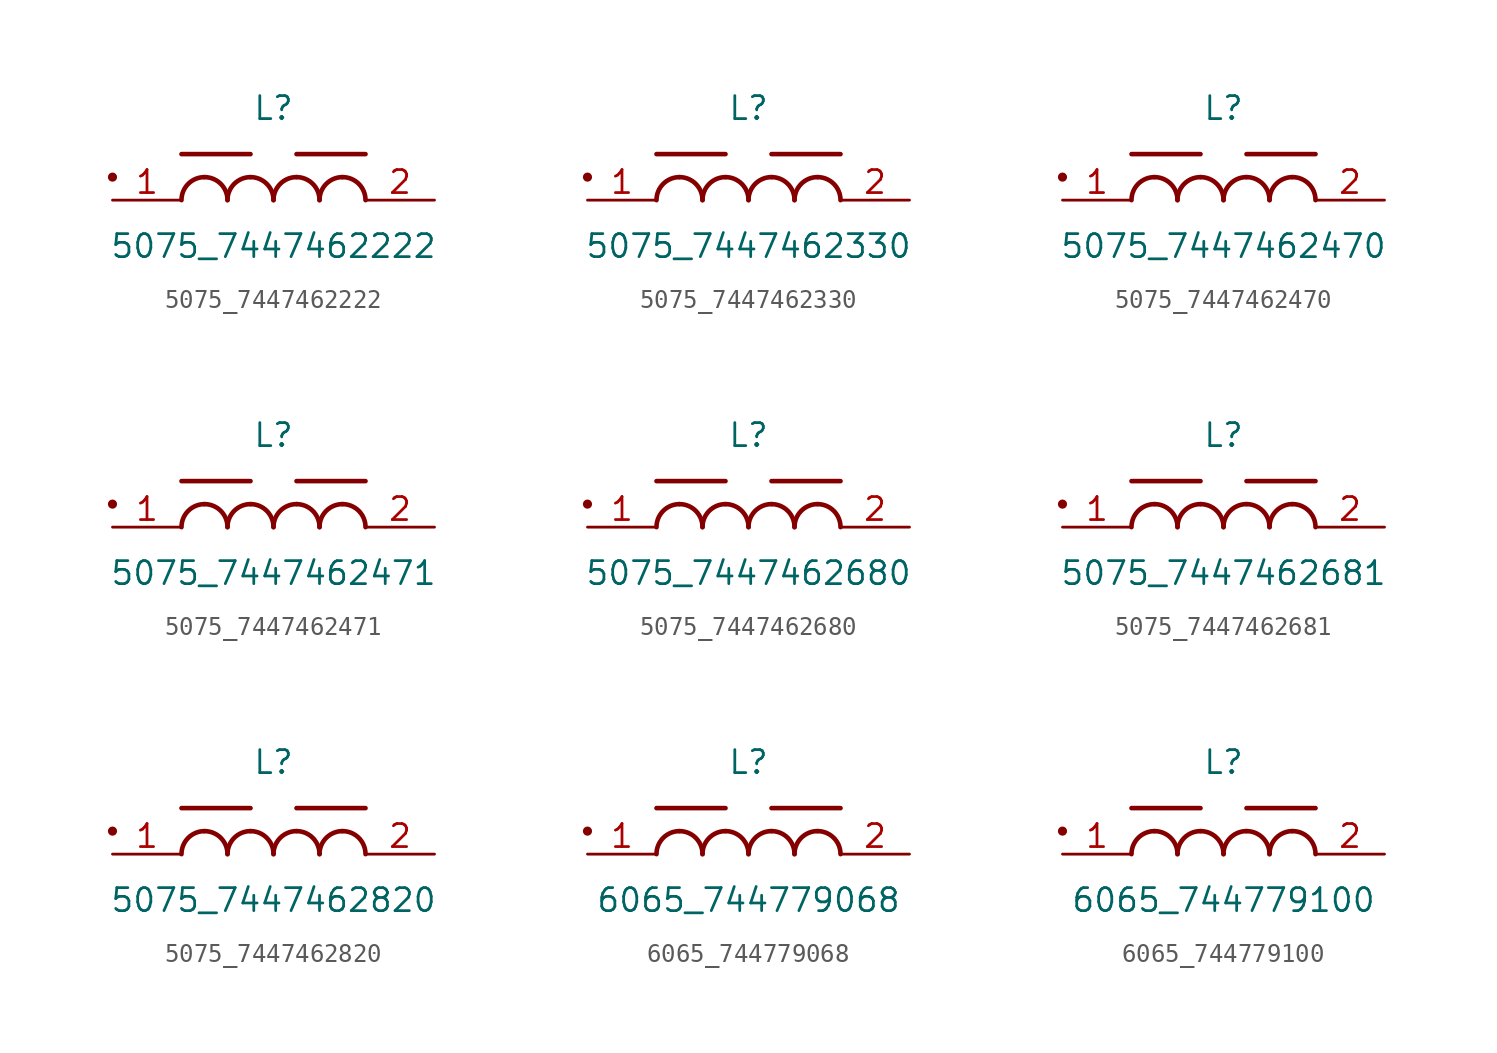
<source format=kicad_sym>
(kicad_symbol_lib
  (version 20211014)
  (generator kicad_symbol_editor)
  (symbol "Inductor_Wurth_WE-TI:5075_7447462222"
    (pin_names hide)
    (property "Reference" "L"
      (at 0 5.08 0)
      (effects (font (size 1.27 1.27))))
    (property "Value" "5075_7447462222"
      (at 0 -2.54 0)
      (effects (font (size 1.27 1.27))))
    (symbol "5075_7447462222_0_1"
      (circle (center -8.89 1.27) (radius 0.0001) (stroke (width 0.254)) (stroke (width 0.254) (type default) (color 0 0 0 0)) (fill (type none)))
      (arc (start -3.81 1.27) (mid -4.708 0.898) (end -5.08 0) (stroke (width 0.254) (type default) (color 0 0 0 0)) (fill (type none)))
      (arc (start -2.54 0) (mid -2.912 0.898) (end -3.81 1.27) (stroke (width 0.254) (type default) (color 0 0 0 0)) (fill (type none)))
      (arc (start -1.2699 1.2701) (mid -2.1679 0.8981) (end -2.5399 0.0001) (stroke (width 0.254) (type default) (color 0 0 0 0)) (fill (type none)))
      (polyline (pts (xy -5.08 2.54) (xy -1.27 2.54)) (stroke (width 0.254) (type default) (color 0 0 0 0)) (fill (type none)))
      (polyline (pts (xy 5.08 2.54) (xy 1.27 2.54)) (stroke (width 0.254) (type default) (color 0 0 0 0)) (fill (type none)))
      (arc (start 0.0001 0.0001) (mid -0.3719 0.8981) (end -1.2699 1.2701) (stroke (width 0.254) (type default) (color 0 0 0 0)) (fill (type none)))
      (arc (start 1.2701 1.2701) (mid 0.3721 0.8981) (end 0.0001 0.0001) (stroke (width 0.254) (type default) (color 0 0 0 0)) (fill (type none)))
      (arc (start 2.5401 0.0001) (mid 2.1681 0.8981) (end 1.2701 1.2701) (stroke (width 0.254) (type default) (color 0 0 0 0)) (fill (type none)))
      (arc (start 3.8101 1.2701) (mid 2.9121 0.8981) (end 2.5401 0.0001) (stroke (width 0.254) (type default) (color 0 0 0 0)) (fill (type none)))
      (arc (start 5.0801 0.0001) (mid 4.7081 0.8981) (end 3.8101 1.2701) (stroke (width 0.254) (type default) (color 0 0 0 0)) (fill (type none))))
    (symbol "5075_7447462222_1_1"
      (pin passive line (at -8.89 0 0) (length 3.81) (name "1" (effects (font (size 1.27 1.27)))) (number "1" (effects (font (size 1.27 1.27)))))
      (pin passive line (at 8.89 0 180) (length 3.81) (name "2" (effects (font (size 1.27 1.27)))) (number "2" (effects (font (size 1.27 1.27)))))))
  (symbol "Inductor_Wurth_WE-TI:5075_7447462330"
    (pin_names hide)
    (property "Reference" "L"
      (at 0 5.08 0)
      (effects (font (size 1.27 1.27))))
    (property "Value" "5075_7447462330"
      (at 0 -2.54 0)
      (effects (font (size 1.27 1.27))))
    (symbol "5075_7447462330_0_1"
      (circle (center -8.89 1.27) (radius 0.0001) (stroke (width 0.254)) (stroke (width 0.254) (type default) (color 0 0 0 0)) (fill (type none)))
      (arc (start -3.81 1.27) (mid -4.708 0.898) (end -5.08 0) (stroke (width 0.254) (type default) (color 0 0 0 0)) (fill (type none)))
      (arc (start -2.54 0) (mid -2.912 0.898) (end -3.81 1.27) (stroke (width 0.254) (type default) (color 0 0 0 0)) (fill (type none)))
      (arc (start -1.2699 1.2701) (mid -2.1679 0.8981) (end -2.5399 0.0001) (stroke (width 0.254) (type default) (color 0 0 0 0)) (fill (type none)))
      (polyline (pts (xy -5.08 2.54) (xy -1.27 2.54)) (stroke (width 0.254) (type default) (color 0 0 0 0)) (fill (type none)))
      (polyline (pts (xy 5.08 2.54) (xy 1.27 2.54)) (stroke (width 0.254) (type default) (color 0 0 0 0)) (fill (type none)))
      (arc (start 0.0001 0.0001) (mid -0.3719 0.8981) (end -1.2699 1.2701) (stroke (width 0.254) (type default) (color 0 0 0 0)) (fill (type none)))
      (arc (start 1.2701 1.2701) (mid 0.3721 0.8981) (end 0.0001 0.0001) (stroke (width 0.254) (type default) (color 0 0 0 0)) (fill (type none)))
      (arc (start 2.5401 0.0001) (mid 2.1681 0.8981) (end 1.2701 1.2701) (stroke (width 0.254) (type default) (color 0 0 0 0)) (fill (type none)))
      (arc (start 3.8101 1.2701) (mid 2.9121 0.8981) (end 2.5401 0.0001) (stroke (width 0.254) (type default) (color 0 0 0 0)) (fill (type none)))
      (arc (start 5.0801 0.0001) (mid 4.7081 0.8981) (end 3.8101 1.2701) (stroke (width 0.254) (type default) (color 0 0 0 0)) (fill (type none))))
    (symbol "5075_7447462330_1_1"
      (pin passive line (at -8.89 0 0) (length 3.81) (name "1" (effects (font (size 1.27 1.27)))) (number "1" (effects (font (size 1.27 1.27)))))
      (pin passive line (at 8.89 0 180) (length 3.81) (name "2" (effects (font (size 1.27 1.27)))) (number "2" (effects (font (size 1.27 1.27)))))))
  (symbol "Inductor_Wurth_WE-TI:5075_7447462470"
    (pin_names hide)
    (property "Reference" "L"
      (at 0 5.08 0)
      (effects (font (size 1.27 1.27))))
    (property "Value" "5075_7447462470"
      (at 0 -2.54 0)
      (effects (font (size 1.27 1.27))))
    (symbol "5075_7447462470_0_1"
      (circle (center -8.89 1.27) (radius 0.0001) (stroke (width 0.254)) (stroke (width 0.254) (type default) (color 0 0 0 0)) (fill (type none)))
      (arc (start -3.81 1.27) (mid -4.708 0.898) (end -5.08 0) (stroke (width 0.254) (type default) (color 0 0 0 0)) (fill (type none)))
      (arc (start -2.54 0) (mid -2.912 0.898) (end -3.81 1.27) (stroke (width 0.254) (type default) (color 0 0 0 0)) (fill (type none)))
      (arc (start -1.2699 1.2701) (mid -2.1679 0.8981) (end -2.5399 0.0001) (stroke (width 0.254) (type default) (color 0 0 0 0)) (fill (type none)))
      (polyline (pts (xy -5.08 2.54) (xy -1.27 2.54)) (stroke (width 0.254) (type default) (color 0 0 0 0)) (fill (type none)))
      (polyline (pts (xy 5.08 2.54) (xy 1.27 2.54)) (stroke (width 0.254) (type default) (color 0 0 0 0)) (fill (type none)))
      (arc (start 0.0001 0.0001) (mid -0.3719 0.8981) (end -1.2699 1.2701) (stroke (width 0.254) (type default) (color 0 0 0 0)) (fill (type none)))
      (arc (start 1.2701 1.2701) (mid 0.3721 0.8981) (end 0.0001 0.0001) (stroke (width 0.254) (type default) (color 0 0 0 0)) (fill (type none)))
      (arc (start 2.5401 0.0001) (mid 2.1681 0.8981) (end 1.2701 1.2701) (stroke (width 0.254) (type default) (color 0 0 0 0)) (fill (type none)))
      (arc (start 3.8101 1.2701) (mid 2.9121 0.8981) (end 2.5401 0.0001) (stroke (width 0.254) (type default) (color 0 0 0 0)) (fill (type none)))
      (arc (start 5.0801 0.0001) (mid 4.7081 0.8981) (end 3.8101 1.2701) (stroke (width 0.254) (type default) (color 0 0 0 0)) (fill (type none))))
    (symbol "5075_7447462470_1_1"
      (pin passive line (at -8.89 0 0) (length 3.81) (name "1" (effects (font (size 1.27 1.27)))) (number "1" (effects (font (size 1.27 1.27)))))
      (pin passive line (at 8.89 0 180) (length 3.81) (name "2" (effects (font (size 1.27 1.27)))) (number "2" (effects (font (size 1.27 1.27)))))))
  (symbol "Inductor_Wurth_WE-TI:5075_7447462471"
    (pin_names hide)
    (property "Reference" "L"
      (at 0 5.08 0)
      (effects (font (size 1.27 1.27))))
    (property "Value" "5075_7447462471"
      (at 0 -2.54 0)
      (effects (font (size 1.27 1.27))))
    (symbol "5075_7447462471_0_1"
      (circle (center -8.89 1.27) (radius 0.0001) (stroke (width 0.254)) (stroke (width 0.254) (type default) (color 0 0 0 0)) (fill (type none)))
      (arc (start -3.81 1.27) (mid -4.708 0.898) (end -5.08 0) (stroke (width 0.254) (type default) (color 0 0 0 0)) (fill (type none)))
      (arc (start -2.54 0) (mid -2.912 0.898) (end -3.81 1.27) (stroke (width 0.254) (type default) (color 0 0 0 0)) (fill (type none)))
      (arc (start -1.2699 1.2701) (mid -2.1679 0.8981) (end -2.5399 0.0001) (stroke (width 0.254) (type default) (color 0 0 0 0)) (fill (type none)))
      (polyline (pts (xy -5.08 2.54) (xy -1.27 2.54)) (stroke (width 0.254) (type default) (color 0 0 0 0)) (fill (type none)))
      (polyline (pts (xy 5.08 2.54) (xy 1.27 2.54)) (stroke (width 0.254) (type default) (color 0 0 0 0)) (fill (type none)))
      (arc (start 0.0001 0.0001) (mid -0.3719 0.8981) (end -1.2699 1.2701) (stroke (width 0.254) (type default) (color 0 0 0 0)) (fill (type none)))
      (arc (start 1.2701 1.2701) (mid 0.3721 0.8981) (end 0.0001 0.0001) (stroke (width 0.254) (type default) (color 0 0 0 0)) (fill (type none)))
      (arc (start 2.5401 0.0001) (mid 2.1681 0.8981) (end 1.2701 1.2701) (stroke (width 0.254) (type default) (color 0 0 0 0)) (fill (type none)))
      (arc (start 3.8101 1.2701) (mid 2.9121 0.8981) (end 2.5401 0.0001) (stroke (width 0.254) (type default) (color 0 0 0 0)) (fill (type none)))
      (arc (start 5.0801 0.0001) (mid 4.7081 0.8981) (end 3.8101 1.2701) (stroke (width 0.254) (type default) (color 0 0 0 0)) (fill (type none))))
    (symbol "5075_7447462471_1_1"
      (pin passive line (at -8.89 0 0) (length 3.81) (name "1" (effects (font (size 1.27 1.27)))) (number "1" (effects (font (size 1.27 1.27)))))
      (pin passive line (at 8.89 0 180) (length 3.81) (name "2" (effects (font (size 1.27 1.27)))) (number "2" (effects (font (size 1.27 1.27)))))))
  (symbol "Inductor_Wurth_WE-TI:5075_7447462680"
    (pin_names hide)
    (property "Reference" "L"
      (at 0 5.08 0)
      (effects (font (size 1.27 1.27))))
    (property "Value" "5075_7447462680"
      (at 0 -2.54 0)
      (effects (font (size 1.27 1.27))))
    (symbol "5075_7447462680_0_1"
      (circle (center -8.89 1.27) (radius 0.0001) (stroke (width 0.254)) (stroke (width 0.254) (type default) (color 0 0 0 0)) (fill (type none)))
      (arc (start -3.81 1.27) (mid -4.708 0.898) (end -5.08 0) (stroke (width 0.254) (type default) (color 0 0 0 0)) (fill (type none)))
      (arc (start -2.54 0) (mid -2.912 0.898) (end -3.81 1.27) (stroke (width 0.254) (type default) (color 0 0 0 0)) (fill (type none)))
      (arc (start -1.2699 1.2701) (mid -2.1679 0.8981) (end -2.5399 0.0001) (stroke (width 0.254) (type default) (color 0 0 0 0)) (fill (type none)))
      (polyline (pts (xy -5.08 2.54) (xy -1.27 2.54)) (stroke (width 0.254) (type default) (color 0 0 0 0)) (fill (type none)))
      (polyline (pts (xy 5.08 2.54) (xy 1.27 2.54)) (stroke (width 0.254) (type default) (color 0 0 0 0)) (fill (type none)))
      (arc (start 0.0001 0.0001) (mid -0.3719 0.8981) (end -1.2699 1.2701) (stroke (width 0.254) (type default) (color 0 0 0 0)) (fill (type none)))
      (arc (start 1.2701 1.2701) (mid 0.3721 0.8981) (end 0.0001 0.0001) (stroke (width 0.254) (type default) (color 0 0 0 0)) (fill (type none)))
      (arc (start 2.5401 0.0001) (mid 2.1681 0.8981) (end 1.2701 1.2701) (stroke (width 0.254) (type default) (color 0 0 0 0)) (fill (type none)))
      (arc (start 3.8101 1.2701) (mid 2.9121 0.8981) (end 2.5401 0.0001) (stroke (width 0.254) (type default) (color 0 0 0 0)) (fill (type none)))
      (arc (start 5.0801 0.0001) (mid 4.7081 0.8981) (end 3.8101 1.2701) (stroke (width 0.254) (type default) (color 0 0 0 0)) (fill (type none))))
    (symbol "5075_7447462680_1_1"
      (pin passive line (at -8.89 0 0) (length 3.81) (name "1" (effects (font (size 1.27 1.27)))) (number "1" (effects (font (size 1.27 1.27)))))
      (pin passive line (at 8.89 0 180) (length 3.81) (name "2" (effects (font (size 1.27 1.27)))) (number "2" (effects (font (size 1.27 1.27)))))))
  (symbol "Inductor_Wurth_WE-TI:5075_7447462681"
    (pin_names hide)
    (property "Reference" "L"
      (at 0 5.08 0)
      (effects (font (size 1.27 1.27))))
    (property "Value" "5075_7447462681"
      (at 0 -2.54 0)
      (effects (font (size 1.27 1.27))))
    (symbol "5075_7447462681_0_1"
      (circle (center -8.89 1.27) (radius 0.0001) (stroke (width 0.254)) (stroke (width 0.254) (type default) (color 0 0 0 0)) (fill (type none)))
      (arc (start -3.81 1.27) (mid -4.708 0.898) (end -5.08 0) (stroke (width 0.254) (type default) (color 0 0 0 0)) (fill (type none)))
      (arc (start -2.54 0) (mid -2.912 0.898) (end -3.81 1.27) (stroke (width 0.254) (type default) (color 0 0 0 0)) (fill (type none)))
      (arc (start -1.2699 1.2701) (mid -2.1679 0.8981) (end -2.5399 0.0001) (stroke (width 0.254) (type default) (color 0 0 0 0)) (fill (type none)))
      (polyline (pts (xy -5.08 2.54) (xy -1.27 2.54)) (stroke (width 0.254) (type default) (color 0 0 0 0)) (fill (type none)))
      (polyline (pts (xy 5.08 2.54) (xy 1.27 2.54)) (stroke (width 0.254) (type default) (color 0 0 0 0)) (fill (type none)))
      (arc (start 0.0001 0.0001) (mid -0.3719 0.8981) (end -1.2699 1.2701) (stroke (width 0.254) (type default) (color 0 0 0 0)) (fill (type none)))
      (arc (start 1.2701 1.2701) (mid 0.3721 0.8981) (end 0.0001 0.0001) (stroke (width 0.254) (type default) (color 0 0 0 0)) (fill (type none)))
      (arc (start 2.5401 0.0001) (mid 2.1681 0.8981) (end 1.2701 1.2701) (stroke (width 0.254) (type default) (color 0 0 0 0)) (fill (type none)))
      (arc (start 3.8101 1.2701) (mid 2.9121 0.8981) (end 2.5401 0.0001) (stroke (width 0.254) (type default) (color 0 0 0 0)) (fill (type none)))
      (arc (start 5.0801 0.0001) (mid 4.7081 0.8981) (end 3.8101 1.2701) (stroke (width 0.254) (type default) (color 0 0 0 0)) (fill (type none))))
    (symbol "5075_7447462681_1_1"
      (pin passive line (at -8.89 0 0) (length 3.81) (name "1" (effects (font (size 1.27 1.27)))) (number "1" (effects (font (size 1.27 1.27)))))
      (pin passive line (at 8.89 0 180) (length 3.81) (name "2" (effects (font (size 1.27 1.27)))) (number "2" (effects (font (size 1.27 1.27)))))))
  (symbol "Inductor_Wurth_WE-TI:5075_7447462820"
    (pin_names hide)
    (property "Reference" "L"
      (at 0 5.08 0)
      (effects (font (size 1.27 1.27))))
    (property "Value" "5075_7447462820"
      (at 0 -2.54 0)
      (effects (font (size 1.27 1.27))))
    (symbol "5075_7447462820_0_1"
      (circle (center -8.89 1.27) (radius 0.0001) (stroke (width 0.254)) (stroke (width 0.254) (type default) (color 0 0 0 0)) (fill (type none)))
      (arc (start -3.81 1.27) (mid -4.708 0.898) (end -5.08 0) (stroke (width 0.254) (type default) (color 0 0 0 0)) (fill (type none)))
      (arc (start -2.54 0) (mid -2.912 0.898) (end -3.81 1.27) (stroke (width 0.254) (type default) (color 0 0 0 0)) (fill (type none)))
      (arc (start -1.2699 1.2701) (mid -2.1679 0.8981) (end -2.5399 0.0001) (stroke (width 0.254) (type default) (color 0 0 0 0)) (fill (type none)))
      (polyline (pts (xy -5.08 2.54) (xy -1.27 2.54)) (stroke (width 0.254) (type default) (color 0 0 0 0)) (fill (type none)))
      (polyline (pts (xy 5.08 2.54) (xy 1.27 2.54)) (stroke (width 0.254) (type default) (color 0 0 0 0)) (fill (type none)))
      (arc (start 0.0001 0.0001) (mid -0.3719 0.8981) (end -1.2699 1.2701) (stroke (width 0.254) (type default) (color 0 0 0 0)) (fill (type none)))
      (arc (start 1.2701 1.2701) (mid 0.3721 0.8981) (end 0.0001 0.0001) (stroke (width 0.254) (type default) (color 0 0 0 0)) (fill (type none)))
      (arc (start 2.5401 0.0001) (mid 2.1681 0.8981) (end 1.2701 1.2701) (stroke (width 0.254) (type default) (color 0 0 0 0)) (fill (type none)))
      (arc (start 3.8101 1.2701) (mid 2.9121 0.8981) (end 2.5401 0.0001) (stroke (width 0.254) (type default) (color 0 0 0 0)) (fill (type none)))
      (arc (start 5.0801 0.0001) (mid 4.7081 0.8981) (end 3.8101 1.2701) (stroke (width 0.254) (type default) (color 0 0 0 0)) (fill (type none))))
    (symbol "5075_7447462820_1_1"
      (pin passive line (at -8.89 0 0) (length 3.81) (name "1" (effects (font (size 1.27 1.27)))) (number "1" (effects (font (size 1.27 1.27)))))
      (pin passive line (at 8.89 0 180) (length 3.81) (name "2" (effects (font (size 1.27 1.27)))) (number "2" (effects (font (size 1.27 1.27)))))))
  (symbol "Inductor_Wurth_WE-TI:6065_744779068"
    (pin_names hide)
    (property "Reference" "L"
      (at 0 5.08 0)
      (effects (font (size 1.27 1.27))))
    (property "Value" "6065_744779068"
      (at 0 -2.54 0)
      (effects (font (size 1.27 1.27))))
    (symbol "6065_744779068_0_1"
      (circle (center -8.89 1.27) (radius 0.0001) (stroke (width 0.254)) (stroke (width 0.254) (type default) (color 0 0 0 0)) (fill (type none)))
      (arc (start -3.81 1.27) (mid -4.708 0.898) (end -5.08 0) (stroke (width 0.254) (type default) (color 0 0 0 0)) (fill (type none)))
      (arc (start -2.54 0) (mid -2.912 0.898) (end -3.81 1.27) (stroke (width 0.254) (type default) (color 0 0 0 0)) (fill (type none)))
      (arc (start -1.2699 1.2701) (mid -2.1679 0.8981) (end -2.5399 0.0001) (stroke (width 0.254) (type default) (color 0 0 0 0)) (fill (type none)))
      (polyline (pts (xy -5.08 2.54) (xy -1.27 2.54)) (stroke (width 0.254) (type default) (color 0 0 0 0)) (fill (type none)))
      (polyline (pts (xy 5.08 2.54) (xy 1.27 2.54)) (stroke (width 0.254) (type default) (color 0 0 0 0)) (fill (type none)))
      (arc (start 0.0001 0.0001) (mid -0.3719 0.8981) (end -1.2699 1.2701) (stroke (width 0.254) (type default) (color 0 0 0 0)) (fill (type none)))
      (arc (start 1.2701 1.2701) (mid 0.3721 0.8981) (end 0.0001 0.0001) (stroke (width 0.254) (type default) (color 0 0 0 0)) (fill (type none)))
      (arc (start 2.5401 0.0001) (mid 2.1681 0.8981) (end 1.2701 1.2701) (stroke (width 0.254) (type default) (color 0 0 0 0)) (fill (type none)))
      (arc (start 3.8101 1.2701) (mid 2.9121 0.8981) (end 2.5401 0.0001) (stroke (width 0.254) (type default) (color 0 0 0 0)) (fill (type none)))
      (arc (start 5.0801 0.0001) (mid 4.7081 0.8981) (end 3.8101 1.2701) (stroke (width 0.254) (type default) (color 0 0 0 0)) (fill (type none))))
    (symbol "6065_744779068_1_1"
      (pin passive line (at -8.89 0 0) (length 3.81) (name "1" (effects (font (size 1.27 1.27)))) (number "1" (effects (font (size 1.27 1.27)))))
      (pin passive line (at 8.89 0 180) (length 3.81) (name "2" (effects (font (size 1.27 1.27)))) (number "2" (effects (font (size 1.27 1.27)))))))
  (symbol "Inductor_Wurth_WE-TI:6065_744779100"
    (pin_names hide)
    (property "Reference" "L"
      (at 0 5.08 0)
      (effects (font (size 1.27 1.27))))
    (property "Value" "6065_744779100"
      (at 0 -2.54 0)
      (effects (font (size 1.27 1.27))))
    (symbol "6065_744779100_0_1"
      (circle (center -8.89 1.27) (radius 0.0001) (stroke (width 0.254)) (stroke (width 0.254) (type default) (color 0 0 0 0)) (fill (type none)))
      (arc (start -3.81 1.27) (mid -4.708 0.898) (end -5.08 0) (stroke (width 0.254) (type default) (color 0 0 0 0)) (fill (type none)))
      (arc (start -2.54 0) (mid -2.912 0.898) (end -3.81 1.27) (stroke (width 0.254) (type default) (color 0 0 0 0)) (fill (type none)))
      (arc (start -1.2699 1.2701) (mid -2.1679 0.8981) (end -2.5399 0.0001) (stroke (width 0.254) (type default) (color 0 0 0 0)) (fill (type none)))
      (polyline (pts (xy -5.08 2.54) (xy -1.27 2.54)) (stroke (width 0.254) (type default) (color 0 0 0 0)) (fill (type none)))
      (polyline (pts (xy 5.08 2.54) (xy 1.27 2.54)) (stroke (width 0.254) (type default) (color 0 0 0 0)) (fill (type none)))
      (arc (start 0.0001 0.0001) (mid -0.3719 0.8981) (end -1.2699 1.2701) (stroke (width 0.254) (type default) (color 0 0 0 0)) (fill (type none)))
      (arc (start 1.2701 1.2701) (mid 0.3721 0.8981) (end 0.0001 0.0001) (stroke (width 0.254) (type default) (color 0 0 0 0)) (fill (type none)))
      (arc (start 2.5401 0.0001) (mid 2.1681 0.8981) (end 1.2701 1.2701) (stroke (width 0.254) (type default) (color 0 0 0 0)) (fill (type none)))
      (arc (start 3.8101 1.2701) (mid 2.9121 0.8981) (end 2.5401 0.0001) (stroke (width 0.254) (type default) (color 0 0 0 0)) (fill (type none)))
      (arc (start 5.0801 0.0001) (mid 4.7081 0.8981) (end 3.8101 1.2701) (stroke (width 0.254) (type default) (color 0 0 0 0)) (fill (type none))))
    (symbol "6065_744779100_1_1"
      (pin passive line (at -8.89 0 0) (length 3.81) (name "1" (effects (font (size 1.27 1.27)))) (number "1" (effects (font (size 1.27 1.27)))))
      (pin passive line (at 8.89 0 180) (length 3.81) (name "2" (effects (font (size 1.27 1.27)))) (number "2" (effects (font (size 1.27 1.27))))))))
</source>
